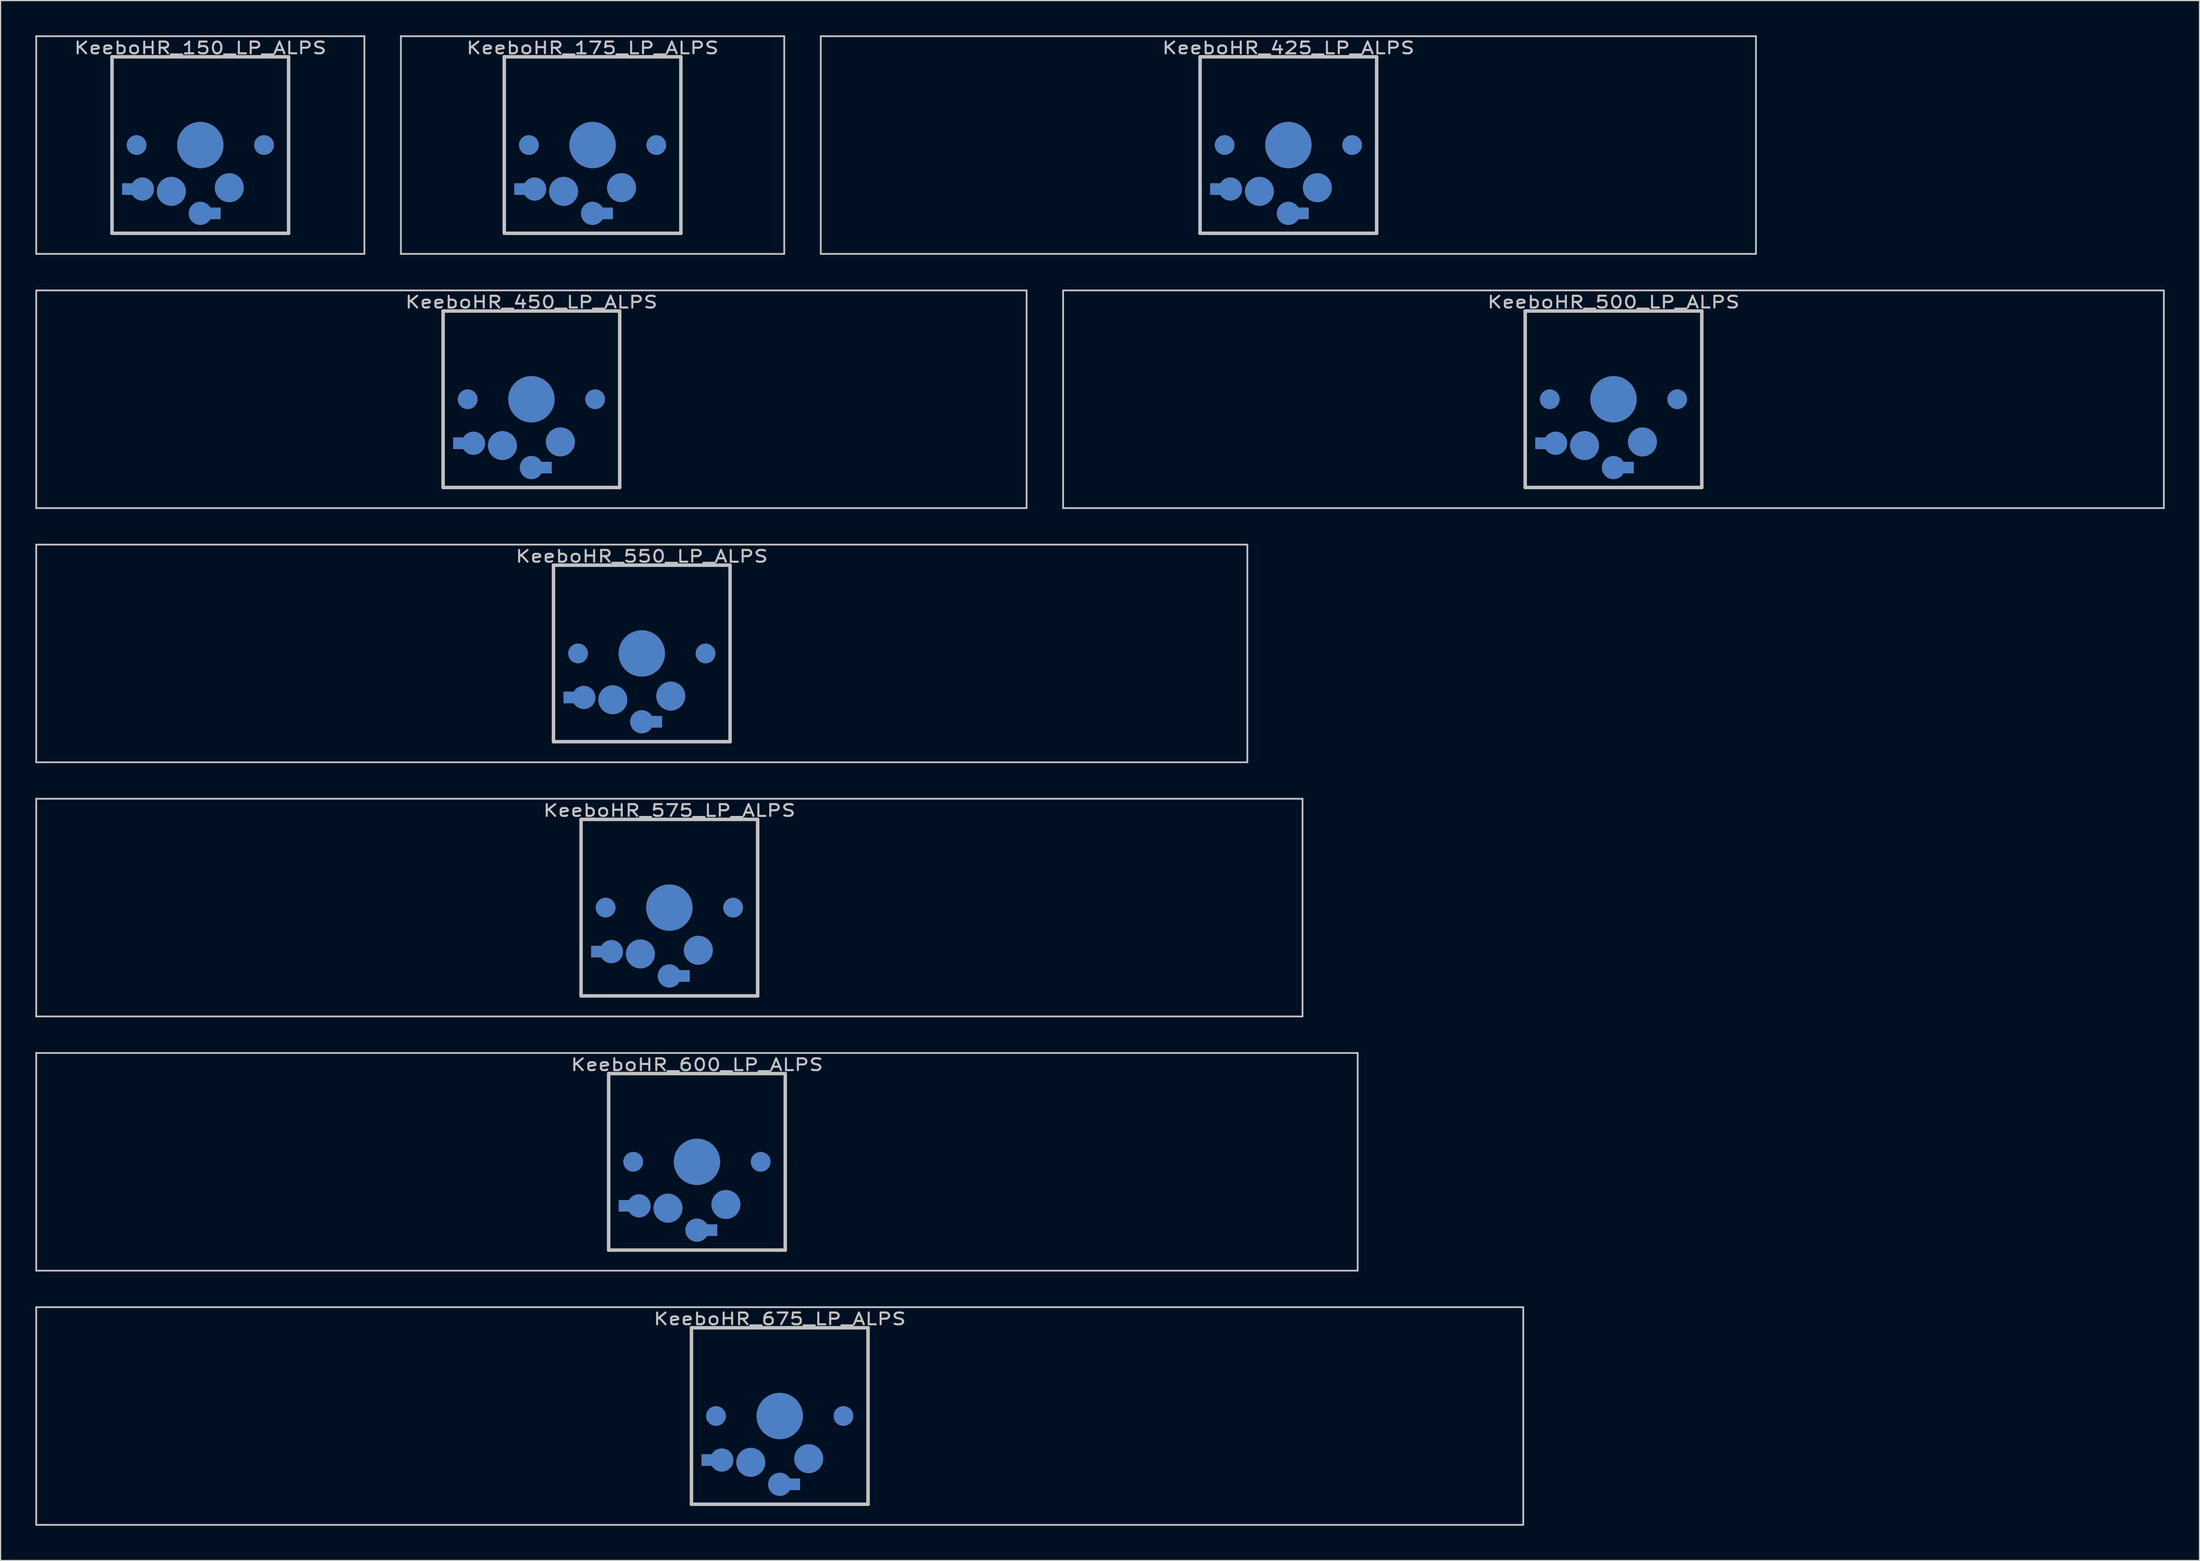
<source format=kicad_pcb>
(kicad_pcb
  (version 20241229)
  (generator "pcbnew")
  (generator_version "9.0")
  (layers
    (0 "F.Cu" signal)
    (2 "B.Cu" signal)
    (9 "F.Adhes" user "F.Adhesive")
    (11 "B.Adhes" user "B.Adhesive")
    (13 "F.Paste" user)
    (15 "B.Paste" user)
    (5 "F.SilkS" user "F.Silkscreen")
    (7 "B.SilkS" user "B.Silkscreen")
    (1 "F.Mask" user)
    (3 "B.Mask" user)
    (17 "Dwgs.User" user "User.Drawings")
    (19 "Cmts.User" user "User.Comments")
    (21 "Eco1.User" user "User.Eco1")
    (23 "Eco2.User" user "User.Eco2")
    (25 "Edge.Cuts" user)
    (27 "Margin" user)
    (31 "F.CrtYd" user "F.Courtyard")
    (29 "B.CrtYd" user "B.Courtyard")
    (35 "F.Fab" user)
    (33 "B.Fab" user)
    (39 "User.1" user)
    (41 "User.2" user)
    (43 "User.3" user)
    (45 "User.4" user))
  (footprint "KeeboHR_425_LP_ALPS"
    (layer "F.Cu")
    (at 108.14 9.474)
    (property "Reference" "KeeboHR_425_LP_ALPS" (at 0 -8.382 0) (layer "Dwgs.User") (effects (font (size 1.016 1.27) (thickness 0.178))))
    (attr through_hole)
    (fp_line (start -40.354 -9.398) (end 40.354 -9.398) (stroke (width 0.152) (type solid)) (layer "Dwgs.User"))
    (fp_line (start -40.354 9.398) (end -40.354 -9.398) (stroke (width 0.152) (type solid)) (layer "Dwgs.User"))
    (fp_line (start -7.62 -7.62) (end 7.62 -7.62) (stroke (width 0.3) (type solid)) (layer "Dwgs.User"))
    (fp_line (start -7.62 7.62) (end -7.62 -7.62) (stroke (width 0.3) (type solid)) (layer "Dwgs.User"))
    (fp_line (start 7.62 -7.62) (end 7.62 7.62) (stroke (width 0.3) (type solid)) (layer "Dwgs.User"))
    (fp_line (start 7.62 7.62) (end -7.62 7.62) (stroke (width 0.3) (type solid)) (layer "Dwgs.User"))
    (fp_line (start 40.354 -9.398) (end 40.354 9.398) (stroke (width 0.152) (type solid)) (layer "Dwgs.User"))
    (fp_line (start 40.354 9.398) (end -40.354 9.398) (stroke (width 0.152) (type solid)) (layer "Dwgs.User"))
    (pad "" smd circle (at -5.5 0) (size 1.7 1.7) (layers "*.Cu" "*.Mask"))
    (pad "" smd circle (at 0 0) (size 4 4) (layers "*.Cu" "*.Mask"))
    (pad "" smd circle (at 5.5 0) (size 1.7 1.7) (layers "*.Cu" "*.Mask"))
    (pad "1" smd circle (at 0 5.9) (size 2 2) (layers "*.Cu" "*.Mask"))
    (pad "1" smd rect (at 1.25 5.9) (size 1 1) (layers "*.Cu" "*.Mask"))
    (pad "1" smd circle (at 2.5 3.683) (size 2.5 2.5) (layers "*.Cu" "*.Mask"))
    (pad "2" smd rect (at -6.25 3.8) (size 1 1) (layers "*.Cu" "*.Mask"))
    (pad "2" smd circle (at -5 3.8) (size 2 2) (layers "*.Cu" "*.Mask"))
    (pad "2" smd circle (at -2.5 4) (size 2.5 2.5) (layers "*.Cu" "*.Mask")))
  (footprint "KeeboHR_450_LP_ALPS"
    (layer "F.Cu")
    (at 42.812 31.423)
    (property "Reference" "KeeboHR_450_LP_ALPS" (at 0 -8.382 0) (layer "Dwgs.User") (effects (font (size 1.016 1.27) (thickness 0.178))))
    (attr through_hole)
    (fp_line (start -42.736 -9.398) (end 42.736 -9.398) (stroke (width 0.152) (type solid)) (layer "Dwgs.User"))
    (fp_line (start -42.736 9.398) (end -42.736 -9.398) (stroke (width 0.152) (type solid)) (layer "Dwgs.User"))
    (fp_line (start -7.62 -7.62) (end 7.62 -7.62) (stroke (width 0.3) (type solid)) (layer "Dwgs.User"))
    (fp_line (start -7.62 7.62) (end -7.62 -7.62) (stroke (width 0.3) (type solid)) (layer "Dwgs.User"))
    (fp_line (start 7.62 -7.62) (end 7.62 7.62) (stroke (width 0.3) (type solid)) (layer "Dwgs.User"))
    (fp_line (start 7.62 7.62) (end -7.62 7.62) (stroke (width 0.3) (type solid)) (layer "Dwgs.User"))
    (fp_line (start 42.736 -9.398) (end 42.736 9.398) (stroke (width 0.152) (type solid)) (layer "Dwgs.User"))
    (fp_line (start 42.736 9.398) (end -42.736 9.398) (stroke (width 0.152) (type solid)) (layer "Dwgs.User"))
    (pad "" smd circle (at -5.5 0) (size 1.7 1.7) (layers "*.Cu" "*.Mask"))
    (pad "" smd circle (at 0 0) (size 4 4) (layers "*.Cu" "*.Mask"))
    (pad "" smd circle (at 5.5 0) (size 1.7 1.7) (layers "*.Cu" "*.Mask"))
    (pad "1" smd circle (at 0 5.9) (size 2 2) (layers "*.Cu" "*.Mask"))
    (pad "1" smd rect (at 1.25 5.9) (size 1 1) (layers "*.Cu" "*.Mask"))
    (pad "1" smd circle (at 2.5 3.683) (size 2.5 2.5) (layers "*.Cu" "*.Mask"))
    (pad "2" smd rect (at -6.25 3.8) (size 1 1) (layers "*.Cu" "*.Mask"))
    (pad "2" smd circle (at -5 3.8) (size 2 2) (layers "*.Cu" "*.Mask"))
    (pad "2" smd circle (at -2.5 4) (size 2.5 2.5) (layers "*.Cu" "*.Mask")))
  (footprint "KeeboHR_600_LP_ALPS"
    (layer "F.Cu")
    (at 57.099 97.268)
    (property "Reference" "KeeboHR_600_LP_ALPS" (at 0 -8.382 0) (layer "Dwgs.User") (effects (font (size 1.016 1.27) (thickness 0.178))))
    (attr through_hole)
    (fp_line (start -57.023 -9.398) (end 57.023 -9.398) (stroke (width 0.152) (type solid)) (layer "Dwgs.User"))
    (fp_line (start -57.023 9.398) (end -57.023 -9.398) (stroke (width 0.152) (type solid)) (layer "Dwgs.User"))
    (fp_line (start -7.62 -7.62) (end 7.62 -7.62) (stroke (width 0.3) (type solid)) (layer "Dwgs.User"))
    (fp_line (start -7.62 7.62) (end -7.62 -7.62) (stroke (width 0.3) (type solid)) (layer "Dwgs.User"))
    (fp_line (start 7.62 -7.62) (end 7.62 7.62) (stroke (width 0.3) (type solid)) (layer "Dwgs.User"))
    (fp_line (start 7.62 7.62) (end -7.62 7.62) (stroke (width 0.3) (type solid)) (layer "Dwgs.User"))
    (fp_line (start 57.023 -9.398) (end 57.023 9.398) (stroke (width 0.152) (type solid)) (layer "Dwgs.User"))
    (fp_line (start 57.023 9.398) (end -57.023 9.398) (stroke (width 0.152) (type solid)) (layer "Dwgs.User"))
    (pad "" smd circle (at -5.5 0) (size 1.7 1.7) (layers "*.Cu" "*.Mask"))
    (pad "" smd circle (at 0 0) (size 4 4) (layers "*.Cu" "*.Mask"))
    (pad "" smd circle (at 5.5 0) (size 1.7 1.7) (layers "*.Cu" "*.Mask"))
    (pad "1" smd circle (at 0 5.9) (size 2 2) (layers "*.Cu" "*.Mask"))
    (pad "1" smd rect (at 1.25 5.9) (size 1 1) (layers "*.Cu" "*.Mask"))
    (pad "1" smd circle (at 2.5 3.683) (size 2.5 2.5) (layers "*.Cu" "*.Mask"))
    (pad "2" smd rect (at -6.25 3.8) (size 1 1) (layers "*.Cu" "*.Mask"))
    (pad "2" smd circle (at -5 3.8) (size 2 2) (layers "*.Cu" "*.Mask"))
    (pad "2" smd circle (at -2.5 4) (size 2.5 2.5) (layers "*.Cu" "*.Mask")))
  (footprint "KeeboHR_150_LP_ALPS"
    (layer "F.Cu")
    (at 14.237 9.474)
    (property "Reference" "KeeboHR_150_LP_ALPS" (at 0 -8.382 0) (layer "Dwgs.User") (effects (font (size 1.016 1.27) (thickness 0.178))))
    (attr through_hole)
    (fp_line (start -14.161 -9.398) (end 14.161 -9.398) (stroke (width 0.152) (type solid)) (layer "Dwgs.User"))
    (fp_line (start -14.161 9.398) (end -14.161 -9.398) (stroke (width 0.152) (type solid)) (layer "Dwgs.User"))
    (fp_line (start -7.62 -7.62) (end 7.62 -7.62) (stroke (width 0.3) (type solid)) (layer "Dwgs.User"))
    (fp_line (start -7.62 7.62) (end -7.62 -7.62) (stroke (width 0.3) (type solid)) (layer "Dwgs.User"))
    (fp_line (start 7.62 -7.62) (end 7.62 7.62) (stroke (width 0.3) (type solid)) (layer "Dwgs.User"))
    (fp_line (start 7.62 7.62) (end -7.62 7.62) (stroke (width 0.3) (type solid)) (layer "Dwgs.User"))
    (fp_line (start 14.161 -9.398) (end 14.161 9.398) (stroke (width 0.152) (type solid)) (layer "Dwgs.User"))
    (fp_line (start 14.161 9.398) (end -14.161 9.398) (stroke (width 0.152) (type solid)) (layer "Dwgs.User"))
    (pad "" smd circle (at -5.5 0) (size 1.7 1.7) (layers "*.Cu" "*.Mask"))
    (pad "" smd circle (at 0 0) (size 4 4) (layers "*.Cu" "*.Mask"))
    (pad "" smd circle (at 5.5 0) (size 1.7 1.7) (layers "*.Cu" "*.Mask"))
    (pad "1" smd circle (at 0 5.9) (size 2 2) (layers "*.Cu" "*.Mask"))
    (pad "1" smd rect (at 1.25 5.9) (size 1 1) (layers "*.Cu" "*.Mask"))
    (pad "1" smd circle (at 2.5 3.683) (size 2.5 2.5) (layers "*.Cu" "*.Mask"))
    (pad "2" smd rect (at -6.25 3.8) (size 1 1) (layers "*.Cu" "*.Mask"))
    (pad "2" smd circle (at -5 3.8) (size 2 2) (layers "*.Cu" "*.Mask"))
    (pad "2" smd circle (at -2.5 4) (size 2.5 2.5) (layers "*.Cu" "*.Mask")))
  (footprint "KeeboHR_175_LP_ALPS"
    (layer "F.Cu")
    (at 48.091 9.474)
    (property "Reference" "KeeboHR_175_LP_ALPS" (at 0 -8.382 0) (layer "Dwgs.User") (effects (font (size 1.016 1.27) (thickness 0.178))))
    (attr through_hole)
    (fp_line (start -16.542 -9.398) (end 16.542 -9.398) (stroke (width 0.152) (type solid)) (layer "Dwgs.User"))
    (fp_line (start -16.542 9.398) (end -16.542 -9.398) (stroke (width 0.152) (type solid)) (layer "Dwgs.User"))
    (fp_line (start -7.62 -7.62) (end 7.62 -7.62) (stroke (width 0.3) (type solid)) (layer "Dwgs.User"))
    (fp_line (start -7.62 7.62) (end -7.62 -7.62) (stroke (width 0.3) (type solid)) (layer "Dwgs.User"))
    (fp_line (start 7.62 -7.62) (end 7.62 7.62) (stroke (width 0.3) (type solid)) (layer "Dwgs.User"))
    (fp_line (start 7.62 7.62) (end -7.62 7.62) (stroke (width 0.3) (type solid)) (layer "Dwgs.User"))
    (fp_line (start 16.542 -9.398) (end 16.542 9.398) (stroke (width 0.152) (type solid)) (layer "Dwgs.User"))
    (fp_line (start 16.542 9.398) (end -16.542 9.398) (stroke (width 0.152) (type solid)) (layer "Dwgs.User"))
    (pad "" smd circle (at -5.5 0) (size 1.7 1.7) (layers "*.Cu" "*.Mask"))
    (pad "" smd circle (at 0 0) (size 4 4) (layers "*.Cu" "*.Mask"))
    (pad "" smd circle (at 5.5 0) (size 1.7 1.7) (layers "*.Cu" "*.Mask"))
    (pad "1" smd circle (at 0 5.9) (size 2 2) (layers "*.Cu" "*.Mask"))
    (pad "1" smd rect (at 1.25 5.9) (size 1 1) (layers "*.Cu" "*.Mask"))
    (pad "1" smd circle (at 2.5 3.683) (size 2.5 2.5) (layers "*.Cu" "*.Mask"))
    (pad "2" smd rect (at -6.25 3.8) (size 1 1) (layers "*.Cu" "*.Mask"))
    (pad "2" smd circle (at -5 3.8) (size 2 2) (layers "*.Cu" "*.Mask"))
    (pad "2" smd circle (at -2.5 4) (size 2.5 2.5) (layers "*.Cu" "*.Mask")))
  (footprint "KeeboHR_675_LP_ALPS"
    (layer "F.Cu")
    (at 64.243 119.216)
    (property "Reference" "KeeboHR_675_LP_ALPS" (at 0 -8.382 0) (layer "Dwgs.User") (effects (font (size 1.016 1.27) (thickness 0.178))))
    (attr through_hole)
    (fp_line (start -64.167 -9.398) (end 64.167 -9.398) (stroke (width 0.152) (type solid)) (layer "Dwgs.User"))
    (fp_line (start -64.167 9.398) (end -64.167 -9.398) (stroke (width 0.152) (type solid)) (layer "Dwgs.User"))
    (fp_line (start -7.62 -7.62) (end 7.62 -7.62) (stroke (width 0.3) (type solid)) (layer "Dwgs.User"))
    (fp_line (start -7.62 7.62) (end -7.62 -7.62) (stroke (width 0.3) (type solid)) (layer "Dwgs.User"))
    (fp_line (start 7.62 -7.62) (end 7.62 7.62) (stroke (width 0.3) (type solid)) (layer "Dwgs.User"))
    (fp_line (start 7.62 7.62) (end -7.62 7.62) (stroke (width 0.3) (type solid)) (layer "Dwgs.User"))
    (fp_line (start 64.167 -9.398) (end 64.167 9.398) (stroke (width 0.152) (type solid)) (layer "Dwgs.User"))
    (fp_line (start 64.167 9.398) (end -64.167 9.398) (stroke (width 0.152) (type solid)) (layer "Dwgs.User"))
    (pad "" smd circle (at -5.5 0) (size 1.7 1.7) (layers "*.Cu" "*.Mask"))
    (pad "" smd circle (at 0 0) (size 4 4) (layers "*.Cu" "*.Mask"))
    (pad "" smd circle (at 5.5 0) (size 1.7 1.7) (layers "*.Cu" "*.Mask"))
    (pad "1" smd circle (at 0 5.9) (size 2 2) (layers "*.Cu" "*.Mask"))
    (pad "1" smd rect (at 1.25 5.9) (size 1 1) (layers "*.Cu" "*.Mask"))
    (pad "1" smd circle (at 2.5 3.683) (size 2.5 2.5) (layers "*.Cu" "*.Mask"))
    (pad "2" smd rect (at -6.25 3.8) (size 1 1) (layers "*.Cu" "*.Mask"))
    (pad "2" smd circle (at -5 3.8) (size 2 2) (layers "*.Cu" "*.Mask"))
    (pad "2" smd circle (at -2.5 4) (size 2.5 2.5) (layers "*.Cu" "*.Mask")))
  (footprint "KeeboHR_575_LP_ALPS"
    (layer "F.Cu")
    (at 54.718 75.319)
    (property "Reference" "KeeboHR_575_LP_ALPS" (at 0 -8.382 0) (layer "Dwgs.User") (effects (font (size 1.016 1.27) (thickness 0.178))))
    (attr through_hole)
    (fp_line (start -54.642 -9.398) (end 54.642 -9.398) (stroke (width 0.152) (type solid)) (layer "Dwgs.User"))
    (fp_line (start -54.642 9.398) (end -54.642 -9.398) (stroke (width 0.152) (type solid)) (layer "Dwgs.User"))
    (fp_line (start -7.62 -7.62) (end 7.62 -7.62) (stroke (width 0.3) (type solid)) (layer "Dwgs.User"))
    (fp_line (start -7.62 7.62) (end -7.62 -7.62) (stroke (width 0.3) (type solid)) (layer "Dwgs.User"))
    (fp_line (start 7.62 -7.62) (end 7.62 7.62) (stroke (width 0.3) (type solid)) (layer "Dwgs.User"))
    (fp_line (start 7.62 7.62) (end -7.62 7.62) (stroke (width 0.3) (type solid)) (layer "Dwgs.User"))
    (fp_line (start 54.642 -9.398) (end 54.642 9.398) (stroke (width 0.152) (type solid)) (layer "Dwgs.User"))
    (fp_line (start 54.642 9.398) (end -54.642 9.398) (stroke (width 0.152) (type solid)) (layer "Dwgs.User"))
    (pad "" smd circle (at -5.5 0) (size 1.7 1.7) (layers "*.Cu" "*.Mask"))
    (pad "" smd circle (at 0 0) (size 4 4) (layers "*.Cu" "*.Mask"))
    (pad "" smd circle (at 5.5 0) (size 1.7 1.7) (layers "*.Cu" "*.Mask"))
    (pad "1" smd circle (at 0 5.9) (size 2 2) (layers "*.Cu" "*.Mask"))
    (pad "1" smd rect (at 1.25 5.9) (size 1 1) (layers "*.Cu" "*.Mask"))
    (pad "1" smd circle (at 2.5 3.683) (size 2.5 2.5) (layers "*.Cu" "*.Mask"))
    (pad "2" smd rect (at -6.25 3.8) (size 1 1) (layers "*.Cu" "*.Mask"))
    (pad "2" smd circle (at -5 3.8) (size 2 2) (layers "*.Cu" "*.Mask"))
    (pad "2" smd circle (at -2.5 4) (size 2.5 2.5) (layers "*.Cu" "*.Mask")))
  (footprint "KeeboHR_500_LP_ALPS"
    (layer "F.Cu")
    (at 136.198 31.423)
    (property "Reference" "KeeboHR_500_LP_ALPS" (at 0 -8.382 0) (layer "Dwgs.User") (effects (font (size 1.016 1.27) (thickness 0.178))))
    (attr through_hole)
    (fp_line (start -47.498 -9.398) (end 47.498 -9.398) (stroke (width 0.152) (type solid)) (layer "Dwgs.User"))
    (fp_line (start -47.498 9.398) (end -47.498 -9.398) (stroke (width 0.152) (type solid)) (layer "Dwgs.User"))
    (fp_line (start -7.62 -7.62) (end 7.62 -7.62) (stroke (width 0.3) (type solid)) (layer "Dwgs.User"))
    (fp_line (start -7.62 7.62) (end -7.62 -7.62) (stroke (width 0.3) (type solid)) (layer "Dwgs.User"))
    (fp_line (start 7.62 -7.62) (end 7.62 7.62) (stroke (width 0.3) (type solid)) (layer "Dwgs.User"))
    (fp_line (start 7.62 7.62) (end -7.62 7.62) (stroke (width 0.3) (type solid)) (layer "Dwgs.User"))
    (fp_line (start 47.498 -9.398) (end 47.498 9.398) (stroke (width 0.152) (type solid)) (layer "Dwgs.User"))
    (fp_line (start 47.498 9.398) (end -47.498 9.398) (stroke (width 0.152) (type solid)) (layer "Dwgs.User"))
    (pad "" smd circle (at -5.5 0) (size 1.7 1.7) (layers "*.Cu" "*.Mask"))
    (pad "" smd circle (at 0 0) (size 4 4) (layers "*.Cu" "*.Mask"))
    (pad "" smd circle (at 5.5 0) (size 1.7 1.7) (layers "*.Cu" "*.Mask"))
    (pad "1" smd circle (at 0 5.9) (size 2 2) (layers "*.Cu" "*.Mask"))
    (pad "1" smd rect (at 1.25 5.9) (size 1 1) (layers "*.Cu" "*.Mask"))
    (pad "1" smd circle (at 2.5 3.683) (size 2.5 2.5) (layers "*.Cu" "*.Mask"))
    (pad "2" smd rect (at -6.25 3.8) (size 1 1) (layers "*.Cu" "*.Mask"))
    (pad "2" smd circle (at -5 3.8) (size 2 2) (layers "*.Cu" "*.Mask"))
    (pad "2" smd circle (at -2.5 4) (size 2.5 2.5) (layers "*.Cu" "*.Mask")))
  (footprint "KeeboHR_550_LP_ALPS"
    (layer "F.Cu")
    (at 52.337 53.371)
    (property "Reference" "KeeboHR_550_LP_ALPS" (at 0 -8.382 0) (layer "Dwgs.User") (effects (font (size 1.016 1.27) (thickness 0.178))))
    (attr through_hole)
    (fp_line (start -52.261 -9.398) (end 52.261 -9.398) (stroke (width 0.152) (type solid)) (layer "Dwgs.User"))
    (fp_line (start -52.261 9.398) (end -52.261 -9.398) (stroke (width 0.152) (type solid)) (layer "Dwgs.User"))
    (fp_line (start -7.62 -7.62) (end 7.62 -7.62) (stroke (width 0.3) (type solid)) (layer "Dwgs.User"))
    (fp_line (start -7.62 7.62) (end -7.62 -7.62) (stroke (width 0.3) (type solid)) (layer "Dwgs.User"))
    (fp_line (start 7.62 -7.62) (end 7.62 7.62) (stroke (width 0.3) (type solid)) (layer "Dwgs.User"))
    (fp_line (start 7.62 7.62) (end -7.62 7.62) (stroke (width 0.3) (type solid)) (layer "Dwgs.User"))
    (fp_line (start 52.261 -9.398) (end 52.261 9.398) (stroke (width 0.152) (type solid)) (layer "Dwgs.User"))
    (fp_line (start 52.261 9.398) (end -52.261 9.398) (stroke (width 0.152) (type solid)) (layer "Dwgs.User"))
    (pad "" smd circle (at -5.5 0) (size 1.7 1.7) (layers "*.Cu" "*.Mask"))
    (pad "" smd circle (at 0 0) (size 4 4) (layers "*.Cu" "*.Mask"))
    (pad "" smd circle (at 5.5 0) (size 1.7 1.7) (layers "*.Cu" "*.Mask"))
    (pad "1" smd circle (at 0 5.9) (size 2 2) (layers "*.Cu" "*.Mask"))
    (pad "1" smd rect (at 1.25 5.9) (size 1 1) (layers "*.Cu" "*.Mask"))
    (pad "1" smd circle (at 2.5 3.683) (size 2.5 2.5) (layers "*.Cu" "*.Mask"))
    (pad "2" smd rect (at -6.25 3.8) (size 1 1) (layers "*.Cu" "*.Mask"))
    (pad "2" smd circle (at -5 3.8) (size 2 2) (layers "*.Cu" "*.Mask"))
    (pad "2" smd circle (at -2.5 4) (size 2.5 2.5) (layers "*.Cu" "*.Mask")))
  (gr_rect
    (start -3 -3)
    (end 186.772 131.69)
    (stroke (width 0.1) (type default))
    (fill no)
    (layer "Edge.Cuts")))
</source>
